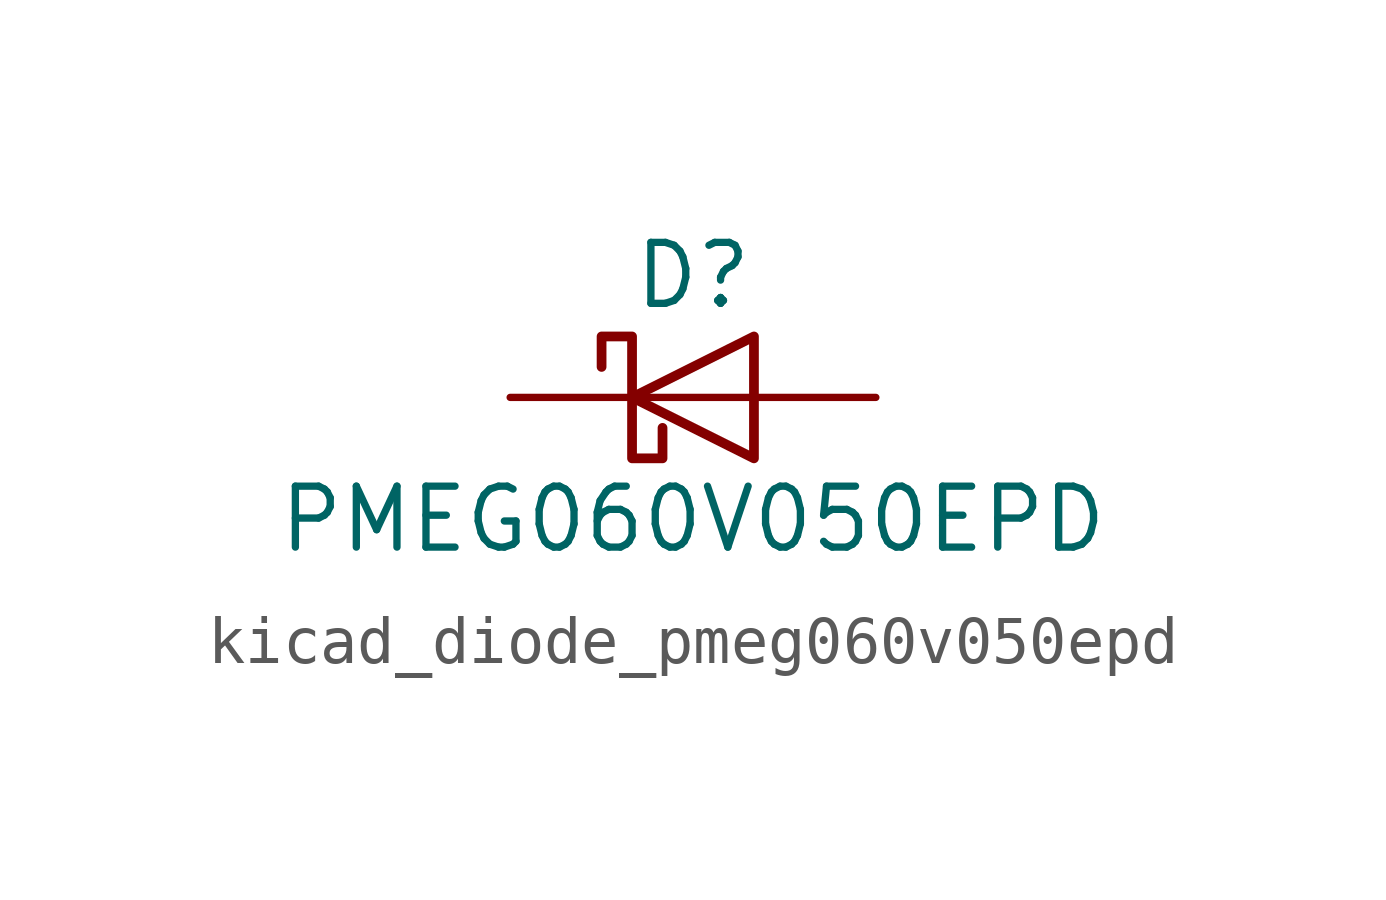
<source format=kicad_sym>
(kicad_symbol_lib
  (version 20220914)
  (generator kicad_symbol_editor)
  (symbol "kicad_diode_pmeg060v050epd"
    (pin_numbers hide)
    (pin_names hide)
    (property "Reference" "D"
      (at 0 2.54 0)
      (effects (font (size 1.27 1.27))))
    (property "Value" "PMEG060V050EPD"
      (at 0 -2.54 0)
      (effects (font (size 1.27 1.27))))
    (symbol "kicad_diode_pmeg060v050epd_0_1"
      (polyline (pts (xy 1.27 0) (xy -1.27 0)) (stroke (width 0) (type default)) (fill (type none)))
      (polyline (pts (xy 1.27 1.27) (xy 1.27 -1.27) (xy -1.27 0) (xy 1.27 1.27)) (stroke (width 0.203) (type default)) (fill (type none)))
      (polyline (pts (xy -1.905 0.635) (xy -1.905 1.27) (xy -1.27 1.27) (xy -1.27 -1.27) (xy -0.635 -1.27) (xy -0.635 -0.635)) (stroke (width 0.203) (type default)) (fill (type none))))
    (symbol "kicad_diode_pmeg060v050epd_1_1"
      (pin passive line (at 3.81 0 180) (length 2.54) (name "A" (effects (font (size 1.27 1.27)))) (number "1" (effects (font (size 1.27 1.27)))))
      (pin passive line (at 3.81 0 180) (length 2.54) hide (name "A" (effects (font (size 1.27 1.27)))) (number "2" (effects (font (size 1.27 1.27)))))
      (pin passive line (at -3.81 0 0) (length 2.54) (name "K" (effects (font (size 1.27 1.27)))) (number "3" (effects (font (size 1.27 1.27))))))))
</source>
